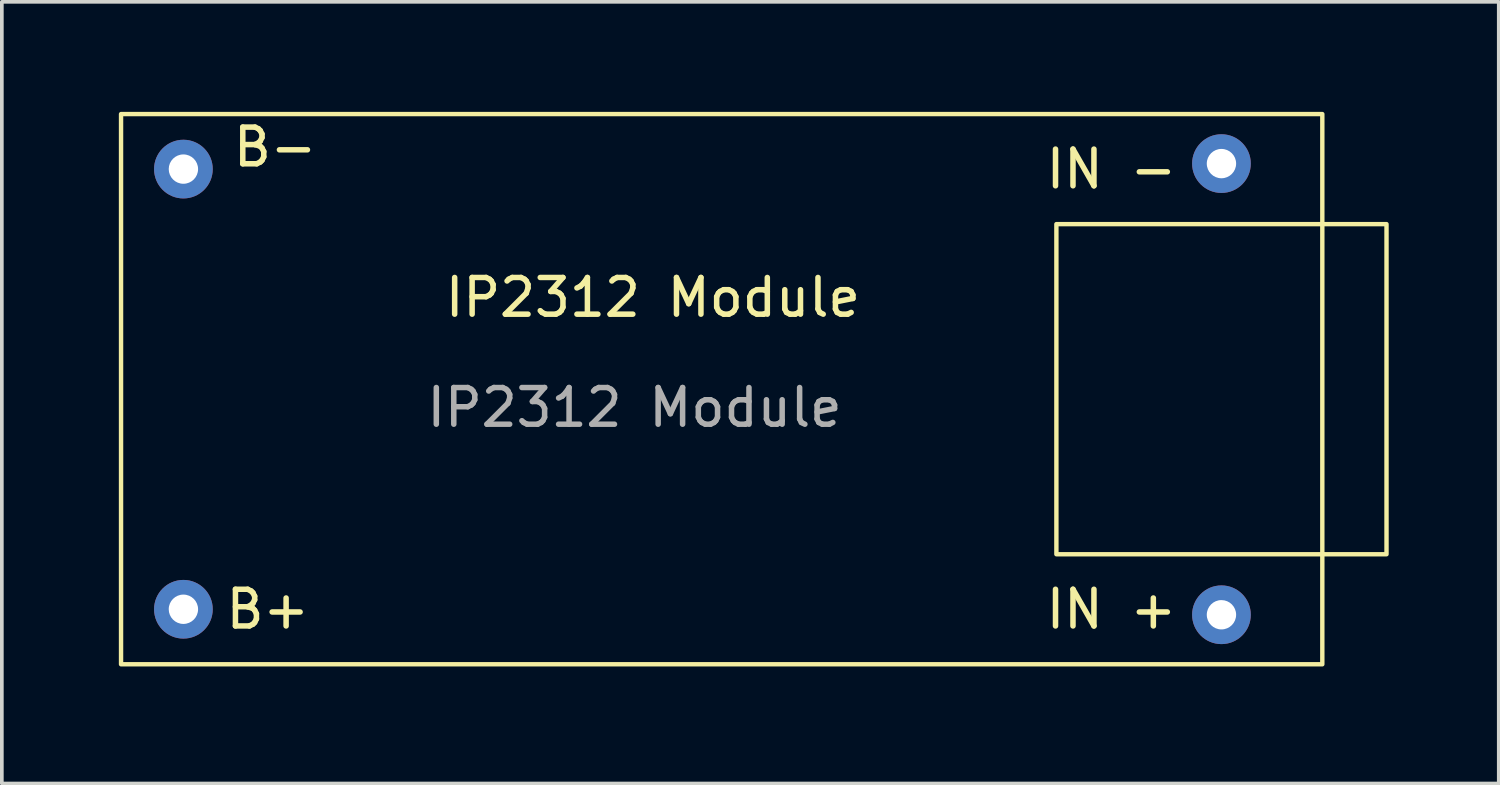
<source format=kicad_pcb>
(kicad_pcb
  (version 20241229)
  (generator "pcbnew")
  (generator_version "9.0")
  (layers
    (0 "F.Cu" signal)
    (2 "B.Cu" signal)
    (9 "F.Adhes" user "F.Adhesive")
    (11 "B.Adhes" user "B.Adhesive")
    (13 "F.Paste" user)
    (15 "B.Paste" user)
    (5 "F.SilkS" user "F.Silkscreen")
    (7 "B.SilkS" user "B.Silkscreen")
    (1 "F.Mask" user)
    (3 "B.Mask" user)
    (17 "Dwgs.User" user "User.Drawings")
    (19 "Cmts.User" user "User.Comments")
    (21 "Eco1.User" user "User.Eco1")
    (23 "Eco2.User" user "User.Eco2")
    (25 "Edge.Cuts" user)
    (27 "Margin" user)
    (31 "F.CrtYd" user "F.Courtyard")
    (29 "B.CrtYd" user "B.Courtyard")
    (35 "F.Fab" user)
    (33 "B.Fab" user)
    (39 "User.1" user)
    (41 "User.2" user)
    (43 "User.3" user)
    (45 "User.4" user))
  (footprint "IP2312 Module"
    (layer "F.Cu")
    (at 0.25 15.06)
    (property "Reference" "IP2312 Module" (at 14.5 -10 0) (unlocked yes) (layer "F.SilkS") (effects (font (size 1 1) (thickness 0.15))))
    (attr through_hole)
    (fp_rect (start 0 0) (end 32.75 -15) (stroke (width 0.12) (type solid)) (fill no) (layer "F.SilkS"))
    (fp_rect (start 25.5 -12) (end 34.5 -3) (stroke (width 0.12) (type solid)) (fill no) (layer "F.SilkS"))
    (fp_text user "IN -" (at 27 -13.5 0) (unlocked yes) (layer "F.SilkS") (effects (font (size 1 1) (thickness 0.15))))
    (fp_text user "IN +" (at 27 -1.5 0) (unlocked yes) (layer "F.SilkS") (effects (font (size 1 1) (thickness 0.15))))
    (fp_text user "B+" (at 4 -1.5 0) (unlocked yes) (layer "F.SilkS") (effects (font (size 1 1) (thickness 0.15))))
    (fp_text user "B-" (at 4.2 -14.1 0) (unlocked yes) (layer "F.SilkS") (effects (font (size 1 1) (thickness 0.15))))
    (fp_text user "${REFERENCE}" (at 14 -7 0) (unlocked yes) (layer "F.Fab") (effects (font (size 1 1) (thickness 0.15))))
    (pad "1" thru_hole circle (at 30 -1.35) (size 1.6 1.6) (drill 0.8) (layers "*.Cu" "*.Mask"))
    (pad "2" thru_hole circle (at 30 -13.65) (size 1.6 1.6) (drill 0.8) (layers "*.Cu" "*.Mask"))
    (pad "3" thru_hole circle (at 1.7 -1.5) (size 1.6 1.6) (drill 0.8) (layers "*.Cu" "*.Mask"))
    (pad "4" thru_hole circle (at 1.7 -13.5) (size 1.6 1.6) (drill 0.8) (layers "*.Cu" "*.Mask")))
  (gr_rect
    (start -3 -3)
    (end 37.81 18.31)
    (stroke (width 0.1) (type default))
    (fill no)
    (layer "Edge.Cuts")))
</source>
